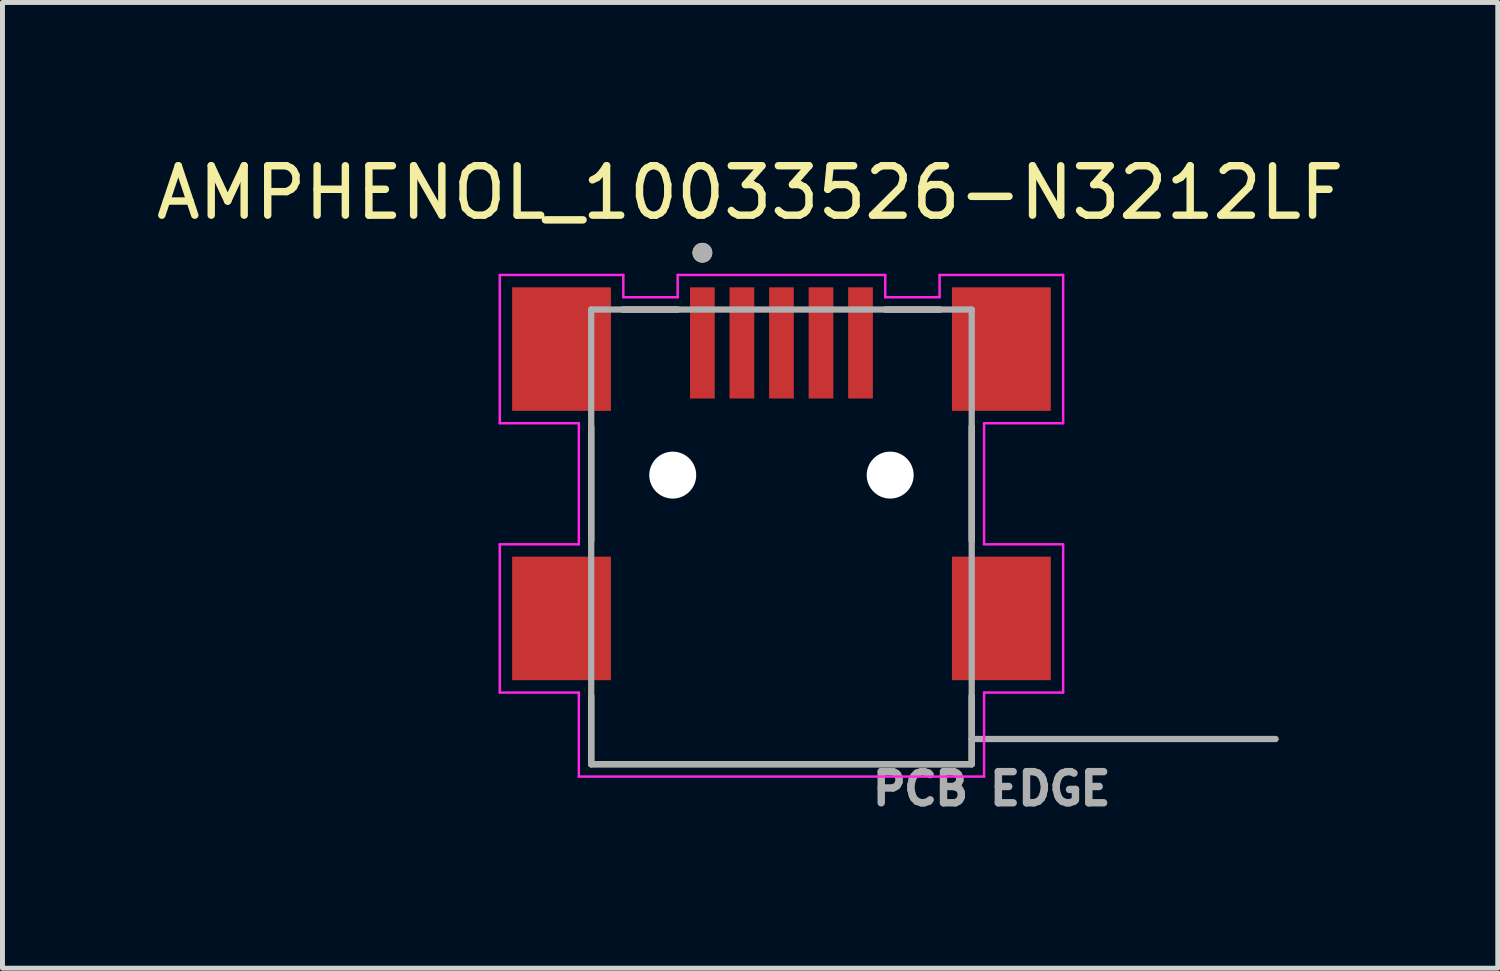
<source format=kicad_pcb>
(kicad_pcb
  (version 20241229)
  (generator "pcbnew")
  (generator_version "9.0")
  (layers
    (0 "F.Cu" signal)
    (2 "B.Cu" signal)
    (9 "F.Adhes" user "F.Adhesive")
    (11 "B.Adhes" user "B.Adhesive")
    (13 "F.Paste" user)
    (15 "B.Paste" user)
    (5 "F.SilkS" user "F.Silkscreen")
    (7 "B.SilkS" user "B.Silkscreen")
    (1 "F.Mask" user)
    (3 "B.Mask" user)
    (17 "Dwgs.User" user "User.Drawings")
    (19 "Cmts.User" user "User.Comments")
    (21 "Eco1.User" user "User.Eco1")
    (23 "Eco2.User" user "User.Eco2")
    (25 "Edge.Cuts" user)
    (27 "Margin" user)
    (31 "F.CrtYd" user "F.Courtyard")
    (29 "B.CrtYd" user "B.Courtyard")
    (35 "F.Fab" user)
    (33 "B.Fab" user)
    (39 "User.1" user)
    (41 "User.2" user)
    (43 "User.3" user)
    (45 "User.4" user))
  (footprint "AMPHENOL_10033526-N3212LF"
    (layer "F.Cu")
    (at 12.763 6.564)
    (property "Reference" "AMPHENOL_10033526-N3212LF" (at -0.634 -5.715 0) (layer "F.SilkS") (effects (font (size 1 1) (thickness 0.15))))
    (attr smd)
    (fp_line (start -3.85 1.33) (end -3.85 -0.98) (stroke (width 0.127) (type solid)) (layer "F.SilkS"))
    (fp_line (start -3.85 4.47) (end -3.85 5.85) (stroke (width 0.127) (type solid)) (layer "F.SilkS"))
    (fp_line (start -3.85 5.85) (end 3.85 5.85) (stroke (width 0.127) (type solid)) (layer "F.SilkS"))
    (fp_line (start -3.21 -3.35) (end -2.1 -3.35) (stroke (width 0.127) (type solid)) (layer "F.SilkS"))
    (fp_line (start 2.1 -3.35) (end 3.21 -3.35) (stroke (width 0.127) (type solid)) (layer "F.SilkS"))
    (fp_line (start 3.85 1.33) (end 3.85 -0.98) (stroke (width 0.127) (type solid)) (layer "F.SilkS"))
    (fp_line (start 3.85 5.85) (end 3.85 4.47) (stroke (width 0.127) (type solid)) (layer "F.SilkS"))
    (fp_circle (center -1.6 -4.5) (end -1.5 -4.5) (stroke (width 0.2) (type solid)) (fill no) (layer "F.SilkS"))
    (fp_line (start -5.7 -4.05) (end -3.2 -4.05) (stroke (width 0.05) (type solid)) (layer "F.CrtYd"))
    (fp_line (start -5.7 -1.05) (end -5.7 -4.05) (stroke (width 0.05) (type solid)) (layer "F.CrtYd"))
    (fp_line (start -5.7 1.4) (end -4.1 1.4) (stroke (width 0.05) (type solid)) (layer "F.CrtYd"))
    (fp_line (start -5.7 4.4) (end -5.7 1.4) (stroke (width 0.05) (type solid)) (layer "F.CrtYd"))
    (fp_line (start -4.1 -1.05) (end -5.7 -1.05) (stroke (width 0.05) (type solid)) (layer "F.CrtYd"))
    (fp_line (start -4.1 1.4) (end -4.1 -1.05) (stroke (width 0.05) (type solid)) (layer "F.CrtYd"))
    (fp_line (start -4.1 4.4) (end -5.7 4.4) (stroke (width 0.05) (type solid)) (layer "F.CrtYd"))
    (fp_line (start -4.1 6.1) (end -4.1 4.4) (stroke (width 0.05) (type solid)) (layer "F.CrtYd"))
    (fp_line (start -3.2 -4.05) (end -3.2 -3.6) (stroke (width 0.05) (type solid)) (layer "F.CrtYd"))
    (fp_line (start -3.2 -3.6) (end -2.1 -3.6) (stroke (width 0.05) (type solid)) (layer "F.CrtYd"))
    (fp_line (start -2.1 -4.05) (end 2.1 -4.05) (stroke (width 0.05) (type solid)) (layer "F.CrtYd"))
    (fp_line (start -2.1 -3.6) (end -2.1 -4.05) (stroke (width 0.05) (type solid)) (layer "F.CrtYd"))
    (fp_line (start 2.1 -4.05) (end 2.1 -3.6) (stroke (width 0.05) (type solid)) (layer "F.CrtYd"))
    (fp_line (start 2.1 -3.6) (end 3.2 -3.6) (stroke (width 0.05) (type solid)) (layer "F.CrtYd"))
    (fp_line (start 3.2 -4.05) (end 5.7 -4.05) (stroke (width 0.05) (type solid)) (layer "F.CrtYd"))
    (fp_line (start 3.2 -3.6) (end 3.2 -4.05) (stroke (width 0.05) (type solid)) (layer "F.CrtYd"))
    (fp_line (start 4.1 -1.05) (end 4.1 1.4) (stroke (width 0.05) (type solid)) (layer "F.CrtYd"))
    (fp_line (start 4.1 1.4) (end 5.7 1.4) (stroke (width 0.05) (type solid)) (layer "F.CrtYd"))
    (fp_line (start 4.1 4.4) (end 4.1 6.1) (stroke (width 0.05) (type solid)) (layer "F.CrtYd"))
    (fp_line (start 4.1 6.1) (end -4.1 6.1) (stroke (width 0.05) (type solid)) (layer "F.CrtYd"))
    (fp_line (start 5.7 -4.05) (end 5.7 -1.05) (stroke (width 0.05) (type solid)) (layer "F.CrtYd"))
    (fp_line (start 5.7 -1.05) (end 4.1 -1.05) (stroke (width 0.05) (type solid)) (layer "F.CrtYd"))
    (fp_line (start 5.7 1.4) (end 5.7 4.4) (stroke (width 0.05) (type solid)) (layer "F.CrtYd"))
    (fp_line (start 5.7 4.4) (end 4.1 4.4) (stroke (width 0.05) (type solid)) (layer "F.CrtYd"))
    (fp_line (start -3.85 -3.35) (end 3.85 -3.35) (stroke (width 0.127) (type solid)) (layer "F.Fab"))
    (fp_line (start -3.85 5.85) (end -3.85 -3.35) (stroke (width 0.127) (type solid)) (layer "F.Fab"))
    (fp_line (start 3.85 -3.35) (end 3.85 5.34) (stroke (width 0.127) (type solid)) (layer "F.Fab"))
    (fp_line (start 3.85 5.34) (end 3.85 5.85) (stroke (width 0.127) (type solid)) (layer "F.Fab"))
    (fp_line (start 3.85 5.34) (end 10 5.34) (stroke (width 0.127) (type solid)) (layer "F.Fab"))
    (fp_line (start 3.85 5.85) (end -3.85 5.85) (stroke (width 0.127) (type solid)) (layer "F.Fab"))
    (fp_circle (center -1.6 -4.5) (end -1.5 -4.5) (stroke (width 0.2) (type solid)) (fill no) (layer "F.Fab"))
    (fp_text user "PCB EDGE" (at 4.254 6.347 0) (layer "F.Fab") (effects (font (size 0.63 0.63) (thickness 0.15))))
    (pad "" np_thru_hole circle (at -2.2 0) (size 0.95 0.95) (drill 0.95) (layers "*.Cu" "*.Mask"))
    (pad "" np_thru_hole circle (at 2.2 0) (size 0.95 0.95) (drill 0.95) (layers "*.Cu" "*.Mask"))
    (pad "1" smd rect (at -1.6 -2.675) (size 0.5 2.25) (layers "F.Cu" "F.Mask" "F.Paste"))
    (pad "2" smd rect (at -0.8 -2.675) (size 0.5 2.25) (layers "F.Cu" "F.Mask" "F.Paste"))
    (pad "3" smd rect (at 0 -2.675) (size 0.5 2.25) (layers "F.Cu" "F.Mask" "F.Paste"))
    (pad "4" smd rect (at 0.8 -2.675) (size 0.5 2.25) (layers "F.Cu" "F.Mask" "F.Paste"))
    (pad "5" smd rect (at 1.6 -2.675) (size 0.5 2.25) (layers "F.Cu" "F.Mask" "F.Paste"))
    (pad "SH1" smd rect (at -4.45 -2.55) (size 2 2.5) (layers "F.Cu" "F.Mask" "F.Paste"))
    (pad "SH2" smd rect (at 4.45 -2.55) (size 2 2.5) (layers "F.Cu" "F.Mask" "F.Paste"))
    (pad "SH3" smd rect (at -4.45 2.9) (size 2 2.5) (layers "F.Cu" "F.Mask" "F.Paste"))
    (pad "SH4" smd rect (at 4.45 2.9) (size 2 2.5) (layers "F.Cu" "F.Mask" "F.Paste")))
  (gr_rect
    (start -3 -3)
    (end 27.258 16.542)
    (stroke (width 0.1) (type default))
    (fill no)
    (layer "Edge.Cuts")))
</source>
